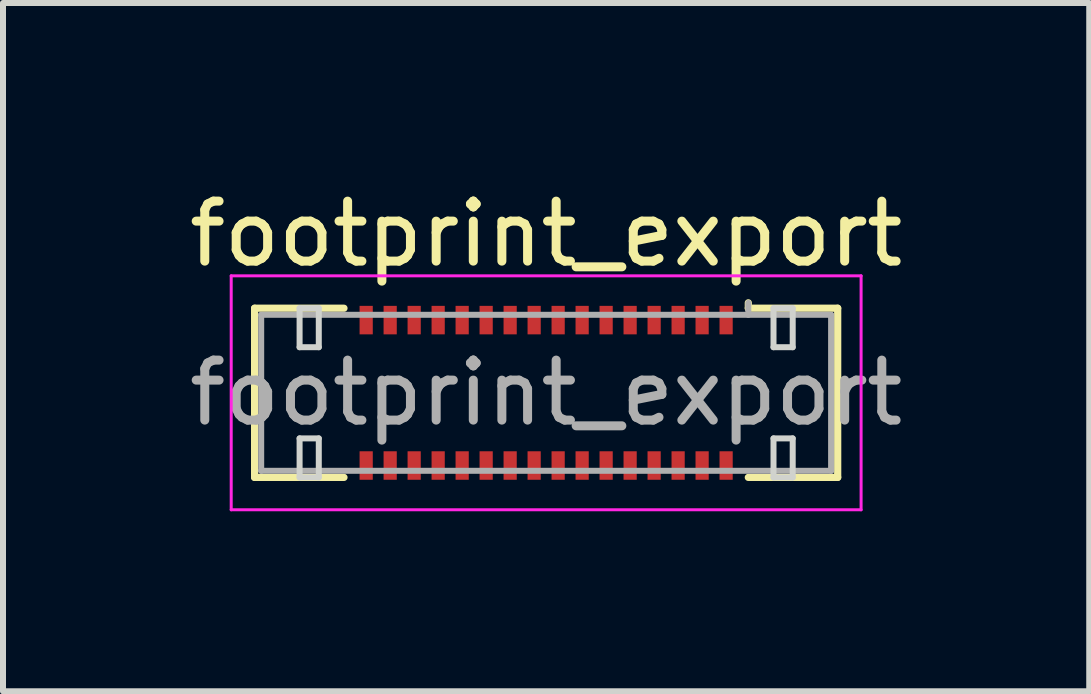
<source format=kicad_pcb>
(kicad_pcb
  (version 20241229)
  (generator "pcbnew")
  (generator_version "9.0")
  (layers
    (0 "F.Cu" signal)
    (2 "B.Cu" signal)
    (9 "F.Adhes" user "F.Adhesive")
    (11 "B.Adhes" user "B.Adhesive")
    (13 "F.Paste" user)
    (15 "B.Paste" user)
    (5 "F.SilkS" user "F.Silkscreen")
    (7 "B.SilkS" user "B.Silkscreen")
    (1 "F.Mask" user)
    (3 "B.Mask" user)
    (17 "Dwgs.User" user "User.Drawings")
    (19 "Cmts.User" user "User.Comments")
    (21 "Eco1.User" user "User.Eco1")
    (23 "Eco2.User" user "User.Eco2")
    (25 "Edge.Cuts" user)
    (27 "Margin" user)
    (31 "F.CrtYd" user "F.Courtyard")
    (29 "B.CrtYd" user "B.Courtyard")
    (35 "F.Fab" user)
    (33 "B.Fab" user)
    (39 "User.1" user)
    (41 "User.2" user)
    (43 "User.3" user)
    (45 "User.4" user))
  (footprint "footprint_export"
    (layer "F.Cu")
    (at 6.054 3.498)
    (property "Reference" "footprint_export" (at 0 -2.65 0) (layer "F.SilkS") (effects (font (size 1 1) (thickness 0.15))))
    (attr smd)
    (fp_line (start -4.86 -1.41) (end -3.37 -1.41) (stroke (width 0.12) (type solid)) (layer "F.SilkS"))
    (fp_line (start -4.86 1.41) (end -4.86 -1.41) (stroke (width 0.12) (type solid)) (layer "F.SilkS"))
    (fp_line (start -3.37 1.41) (end -4.86 1.41) (stroke (width 0.12) (type solid)) (layer "F.SilkS"))
    (fp_line (start 3.37 -1.41) (end 3.37 -1.5) (stroke (width 0.12) (type solid)) (layer "F.SilkS"))
    (fp_line (start 3.37 1.41) (end 4.86 1.41) (stroke (width 0.12) (type solid)) (layer "F.SilkS"))
    (fp_line (start 4.86 -1.41) (end 3.37 -1.41) (stroke (width 0.12) (type solid)) (layer "F.SilkS"))
    (fp_line (start 4.86 1.41) (end 4.86 -1.41) (stroke (width 0.12) (type solid)) (layer "F.SilkS"))
    (fp_line (start -4.11 -1.41) (end -4.11 -0.76) (stroke (width 0.1) (type solid)) (layer "Edge.Cuts"))
    (fp_line (start -4.11 -0.76) (end -3.79 -0.76) (stroke (width 0.1) (type solid)) (layer "Edge.Cuts"))
    (fp_line (start -4.11 0.76) (end -4.11 1.41) (stroke (width 0.1) (type solid)) (layer "Edge.Cuts"))
    (fp_line (start -4.11 1.41) (end -3.79 1.41) (stroke (width 0.1) (type solid)) (layer "Edge.Cuts"))
    (fp_line (start -3.79 -1.41) (end -4.11 -1.41) (stroke (width 0.1) (type solid)) (layer "Edge.Cuts"))
    (fp_line (start -3.79 -0.76) (end -3.79 -1.41) (stroke (width 0.1) (type solid)) (layer "Edge.Cuts"))
    (fp_line (start -3.79 0.76) (end -4.11 0.76) (stroke (width 0.1) (type solid)) (layer "Edge.Cuts"))
    (fp_line (start -3.79 1.41) (end -3.79 0.76) (stroke (width 0.1) (type solid)) (layer "Edge.Cuts"))
    (fp_line (start 3.79 -1.41) (end 3.79 -0.76) (stroke (width 0.1) (type solid)) (layer "Edge.Cuts"))
    (fp_line (start 3.79 -0.76) (end 4.11 -0.76) (stroke (width 0.1) (type solid)) (layer "Edge.Cuts"))
    (fp_line (start 3.79 0.76) (end 3.79 1.41) (stroke (width 0.1) (type solid)) (layer "Edge.Cuts"))
    (fp_line (start 3.79 1.41) (end 4.11 1.41) (stroke (width 0.1) (type solid)) (layer "Edge.Cuts"))
    (fp_line (start 4.11 -1.41) (end 3.79 -1.41) (stroke (width 0.1) (type solid)) (layer "Edge.Cuts"))
    (fp_line (start 4.11 -0.76) (end 4.11 -1.41) (stroke (width 0.1) (type solid)) (layer "Edge.Cuts"))
    (fp_line (start 4.11 0.76) (end 3.79 0.76) (stroke (width 0.1) (type solid)) (layer "Edge.Cuts"))
    (fp_line (start 4.11 1.41) (end 4.11 0.76) (stroke (width 0.1) (type solid)) (layer "Edge.Cuts"))
    (fp_line (start -5.25 -1.95) (end -5.25 1.95) (stroke (width 0.05) (type solid)) (layer "F.CrtYd"))
    (fp_line (start -5.25 1.95) (end 5.25 1.95) (stroke (width 0.05) (type solid)) (layer "F.CrtYd"))
    (fp_line (start 5.25 -1.95) (end -5.25 -1.95) (stroke (width 0.05) (type solid)) (layer "F.CrtYd"))
    (fp_line (start 5.25 1.95) (end 5.25 -1.95) (stroke (width 0.05) (type solid)) (layer "F.CrtYd"))
    (fp_line (start -4.75 -1.3) (end -4.75 1.3) (stroke (width 0.1) (type solid)) (layer "F.Fab"))
    (fp_line (start -4.75 1.3) (end 4.75 1.3) (stroke (width 0.1) (type solid)) (layer "F.Fab"))
    (fp_line (start 3.37 -1.3) (end 3.37 -1.5) (stroke (width 0.1) (type solid)) (layer "F.Fab"))
    (fp_line (start 4.75 -1.3) (end -4.75 -1.3) (stroke (width 0.1) (type solid)) (layer "F.Fab"))
    (fp_line (start 4.75 1.3) (end 4.75 -1.3) (stroke (width 0.1) (type solid)) (layer "F.Fab"))
    (fp_text user "${REFERENCE}" (at 0 0 0) (layer "F.Fab") (effects (font (size 1 1) (thickness 0.15))))
    (pad "1" smd rect (at 3 -1.212) (size 0.22 0.475) (layers "F.Cu" "F.Mask" "F.Paste"))
    (pad "2" smd rect (at 3 1.212) (size 0.22 0.475) (layers "F.Cu" "F.Mask" "F.Paste"))
    (pad "3" smd rect (at 2.6 -1.212) (size 0.22 0.475) (layers "F.Cu" "F.Mask" "F.Paste"))
    (pad "4" smd rect (at 2.6 1.212) (size 0.22 0.475) (layers "F.Cu" "F.Mask" "F.Paste"))
    (pad "5" smd rect (at 2.2 -1.212) (size 0.22 0.475) (layers "F.Cu" "F.Mask" "F.Paste"))
    (pad "6" smd rect (at 2.2 1.212) (size 0.22 0.475) (layers "F.Cu" "F.Mask" "F.Paste"))
    (pad "7" smd rect (at 1.8 -1.212) (size 0.22 0.475) (layers "F.Cu" "F.Mask" "F.Paste"))
    (pad "8" smd rect (at 1.8 1.212) (size 0.22 0.475) (layers "F.Cu" "F.Mask" "F.Paste"))
    (pad "9" smd rect (at 1.4 -1.212) (size 0.22 0.475) (layers "F.Cu" "F.Mask" "F.Paste"))
    (pad "10" smd rect (at 1.4 1.212) (size 0.22 0.475) (layers "F.Cu" "F.Mask" "F.Paste"))
    (pad "11" smd rect (at 1 -1.212) (size 0.22 0.475) (layers "F.Cu" "F.Mask" "F.Paste"))
    (pad "12" smd rect (at 1 1.212) (size 0.22 0.475) (layers "F.Cu" "F.Mask" "F.Paste"))
    (pad "13" smd rect (at 0.6 -1.212) (size 0.22 0.475) (layers "F.Cu" "F.Mask" "F.Paste"))
    (pad "14" smd rect (at 0.6 1.212) (size 0.22 0.475) (layers "F.Cu" "F.Mask" "F.Paste"))
    (pad "15" smd rect (at 0.2 -1.212) (size 0.22 0.475) (layers "F.Cu" "F.Mask" "F.Paste"))
    (pad "16" smd rect (at 0.2 1.212) (size 0.22 0.475) (layers "F.Cu" "F.Mask" "F.Paste"))
    (pad "17" smd rect (at -0.2 -1.212) (size 0.22 0.475) (layers "F.Cu" "F.Mask" "F.Paste"))
    (pad "18" smd rect (at -0.2 1.212) (size 0.22 0.475) (layers "F.Cu" "F.Mask" "F.Paste"))
    (pad "19" smd rect (at -0.6 -1.212) (size 0.22 0.475) (layers "F.Cu" "F.Mask" "F.Paste"))
    (pad "20" smd rect (at -0.6 1.212) (size 0.22 0.475) (layers "F.Cu" "F.Mask" "F.Paste"))
    (pad "21" smd rect (at -1 -1.212) (size 0.22 0.475) (layers "F.Cu" "F.Mask" "F.Paste"))
    (pad "22" smd rect (at -1 1.212) (size 0.22 0.475) (layers "F.Cu" "F.Mask" "F.Paste"))
    (pad "23" smd rect (at -1.4 -1.212) (size 0.22 0.475) (layers "F.Cu" "F.Mask" "F.Paste"))
    (pad "24" smd rect (at -1.4 1.212) (size 0.22 0.475) (layers "F.Cu" "F.Mask" "F.Paste"))
    (pad "25" smd rect (at -1.8 -1.212) (size 0.22 0.475) (layers "F.Cu" "F.Mask" "F.Paste"))
    (pad "26" smd rect (at -1.8 1.212) (size 0.22 0.475) (layers "F.Cu" "F.Mask" "F.Paste"))
    (pad "27" smd rect (at -2.2 -1.212) (size 0.22 0.475) (layers "F.Cu" "F.Mask" "F.Paste"))
    (pad "28" smd rect (at -2.2 1.212) (size 0.22 0.475) (layers "F.Cu" "F.Mask" "F.Paste"))
    (pad "29" smd rect (at -2.6 -1.212) (size 0.22 0.475) (layers "F.Cu" "F.Mask" "F.Paste"))
    (pad "30" smd rect (at -2.6 1.212) (size 0.22 0.475) (layers "F.Cu" "F.Mask" "F.Paste"))
    (pad "31" smd rect (at -3 -1.212) (size 0.22 0.475) (layers "F.Cu" "F.Mask" "F.Paste"))
    (pad "32" smd rect (at -3 1.212) (size 0.22 0.475) (layers "F.Cu" "F.Mask" "F.Paste")))
  (gr_rect
    (start -3 -3)
    (end 15.107 8.473)
    (stroke (width 0.1) (type default))
    (fill no)
    (layer "Edge.Cuts")))
</source>
